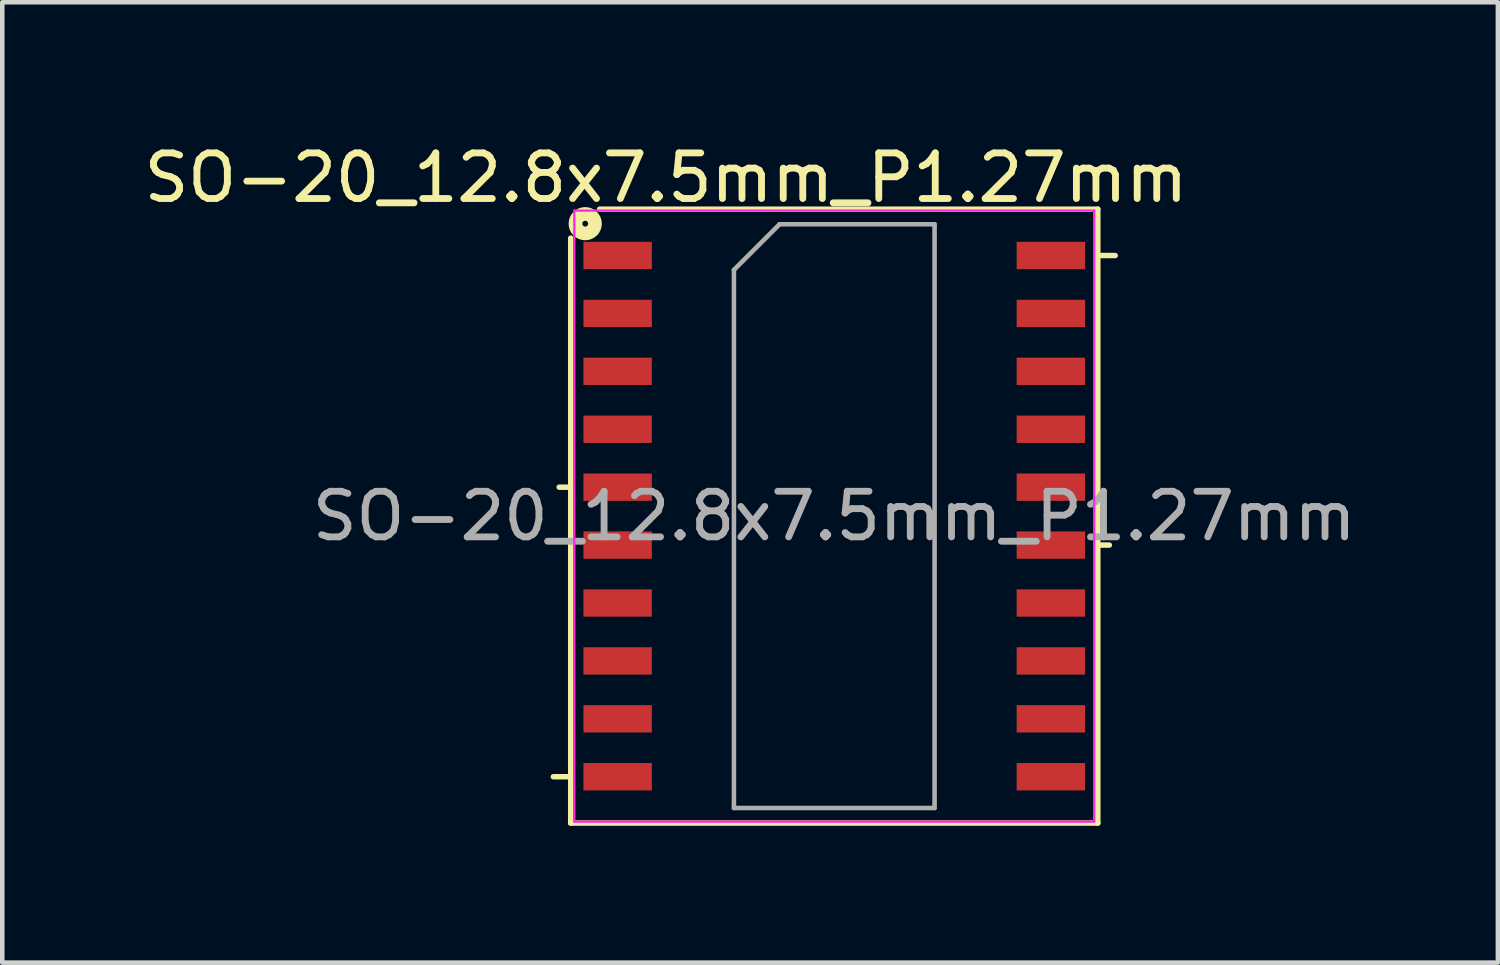
<source format=kicad_pcb>
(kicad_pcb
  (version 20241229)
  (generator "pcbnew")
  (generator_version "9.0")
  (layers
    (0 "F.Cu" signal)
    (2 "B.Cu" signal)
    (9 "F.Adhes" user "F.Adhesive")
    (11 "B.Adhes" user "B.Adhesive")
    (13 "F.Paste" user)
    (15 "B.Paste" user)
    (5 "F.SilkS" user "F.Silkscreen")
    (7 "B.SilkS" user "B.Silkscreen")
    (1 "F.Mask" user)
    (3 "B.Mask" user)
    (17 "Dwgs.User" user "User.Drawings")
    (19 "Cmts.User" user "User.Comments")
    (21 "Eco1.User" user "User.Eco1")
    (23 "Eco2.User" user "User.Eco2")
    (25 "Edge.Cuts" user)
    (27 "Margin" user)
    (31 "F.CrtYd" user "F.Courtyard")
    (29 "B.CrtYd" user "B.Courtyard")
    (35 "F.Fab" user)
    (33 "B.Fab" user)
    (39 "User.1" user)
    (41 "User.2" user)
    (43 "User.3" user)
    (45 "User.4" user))
  (footprint "SO-20_12.8x7.5mm_P1.27mm"
    (layer "F.Cu")
    (at 15.244 8.268)
    (property "Reference" "SO-20_12.8x7.5mm_P1.27mm" (at -3.69 -7.42 0) (layer "F.SilkS") (effects (font (size 1 1) (thickness 0.15))))
    (attr smd)
    (fp_line (start -5.779 -6.096) (end -5.779 6.731) (stroke (width 0.12) (type solid)) (layer "F.SilkS"))
    (fp_line (start -5.779 -0.635) (end -6.032 -0.635) (stroke (width 0.12) (type solid)) (layer "F.SilkS"))
    (fp_line (start -5.779 5.715) (end -6.16 5.715) (stroke (width 0.12) (type solid)) (layer "F.SilkS"))
    (fp_line (start -5.779 6.731) (end 5.779 6.731) (stroke (width 0.12) (type solid)) (layer "F.SilkS"))
    (fp_line (start 5.779 -6.731) (end -5.144 -6.731) (stroke (width 0.12) (type solid)) (layer "F.SilkS"))
    (fp_line (start 5.779 -5.715) (end 6.16 -5.715) (stroke (width 0.12) (type solid)) (layer "F.SilkS"))
    (fp_line (start 5.779 0.635) (end 6.032 0.635) (stroke (width 0.12) (type solid)) (layer "F.SilkS"))
    (fp_line (start 5.779 6.731) (end 5.779 -6.731) (stroke (width 0.12) (type solid)) (layer "F.SilkS"))
    (fp_circle (center -5.461 -6.413) (end -5.397 -6.413) (stroke (width 0.3) (type solid)) (fill no) (layer "F.SilkS"))
    (fp_line (start -5.7 -6.7) (end 5.7 -6.7) (stroke (width 0.05) (type solid)) (layer "F.CrtYd"))
    (fp_line (start -5.7 6.7) (end -5.7 -6.7) (stroke (width 0.05) (type solid)) (layer "F.CrtYd"))
    (fp_line (start 5.7 -6.7) (end 5.7 6.7) (stroke (width 0.05) (type solid)) (layer "F.CrtYd"))
    (fp_line (start 5.7 6.7) (end -5.7 6.7) (stroke (width 0.05) (type solid)) (layer "F.CrtYd"))
    (fp_line (start -2.2 -5.4) (end -1.2 -6.4) (stroke (width 0.1) (type solid)) (layer "F.Fab"))
    (fp_line (start -2.2 6.4) (end -2.2 -5.4) (stroke (width 0.1) (type solid)) (layer "F.Fab"))
    (fp_line (start -1.2 -6.4) (end 2.2 -6.4) (stroke (width 0.1) (type solid)) (layer "F.Fab"))
    (fp_line (start 2.2 -6.4) (end 2.2 6.4) (stroke (width 0.1) (type solid)) (layer "F.Fab"))
    (fp_line (start 2.2 6.4) (end -2.2 6.4) (stroke (width 0.1) (type solid)) (layer "F.Fab"))
    (fp_text user "${REFERENCE}" (at 0 0 0) (layer "F.Fab") (effects (font (size 1 1) (thickness 0.15))))
    (pad "1" smd rect (at -4.75 -5.715) (size 1.5 0.6) (layers "F.Cu" "F.Mask" "F.Paste"))
    (pad "2" smd rect (at -4.75 -4.445) (size 1.5 0.6) (layers "F.Cu" "F.Mask" "F.Paste"))
    (pad "3" smd rect (at -4.75 -3.175) (size 1.5 0.6) (layers "F.Cu" "F.Mask" "F.Paste"))
    (pad "4" smd rect (at -4.75 -1.905) (size 1.5 0.6) (layers "F.Cu" "F.Mask" "F.Paste"))
    (pad "5" smd rect (at -4.75 -0.635) (size 1.5 0.6) (layers "F.Cu" "F.Mask" "F.Paste"))
    (pad "6" smd rect (at -4.75 0.635) (size 1.5 0.6) (layers "F.Cu" "F.Mask" "F.Paste"))
    (pad "7" smd rect (at -4.75 1.905) (size 1.5 0.6) (layers "F.Cu" "F.Mask" "F.Paste"))
    (pad "8" smd rect (at -4.75 3.175) (size 1.5 0.6) (layers "F.Cu" "F.Mask" "F.Paste"))
    (pad "9" smd rect (at -4.75 4.445) (size 1.5 0.6) (layers "F.Cu" "F.Mask" "F.Paste"))
    (pad "10" smd rect (at -4.75 5.715) (size 1.5 0.6) (layers "F.Cu" "F.Mask" "F.Paste"))
    (pad "11" smd rect (at 4.75 5.715) (size 1.5 0.6) (layers "F.Cu" "F.Mask" "F.Paste"))
    (pad "12" smd rect (at 4.75 4.445) (size 1.5 0.6) (layers "F.Cu" "F.Mask" "F.Paste"))
    (pad "13" smd rect (at 4.75 3.175) (size 1.5 0.6) (layers "F.Cu" "F.Mask" "F.Paste"))
    (pad "14" smd rect (at 4.75 1.905) (size 1.5 0.6) (layers "F.Cu" "F.Mask" "F.Paste"))
    (pad "15" smd rect (at 4.75 0.635) (size 1.5 0.6) (layers "F.Cu" "F.Mask" "F.Paste"))
    (pad "16" smd rect (at 4.75 -0.635) (size 1.5 0.6) (layers "F.Cu" "F.Mask" "F.Paste"))
    (pad "17" smd rect (at 4.75 -1.905) (size 1.5 0.6) (layers "F.Cu" "F.Mask" "F.Paste"))
    (pad "18" smd rect (at 4.75 -3.175) (size 1.5 0.6) (layers "F.Cu" "F.Mask" "F.Paste"))
    (pad "19" smd rect (at 4.75 -4.445) (size 1.5 0.6) (layers "F.Cu" "F.Mask" "F.Paste"))
    (pad "20" smd rect (at 4.75 -5.715) (size 1.5 0.6) (layers "F.Cu" "F.Mask" "F.Paste")))
  (gr_rect
    (start -3 -3)
    (end 29.797 18.059)
    (stroke (width 0.1) (type default))
    (fill no)
    (layer "Edge.Cuts")))
</source>
